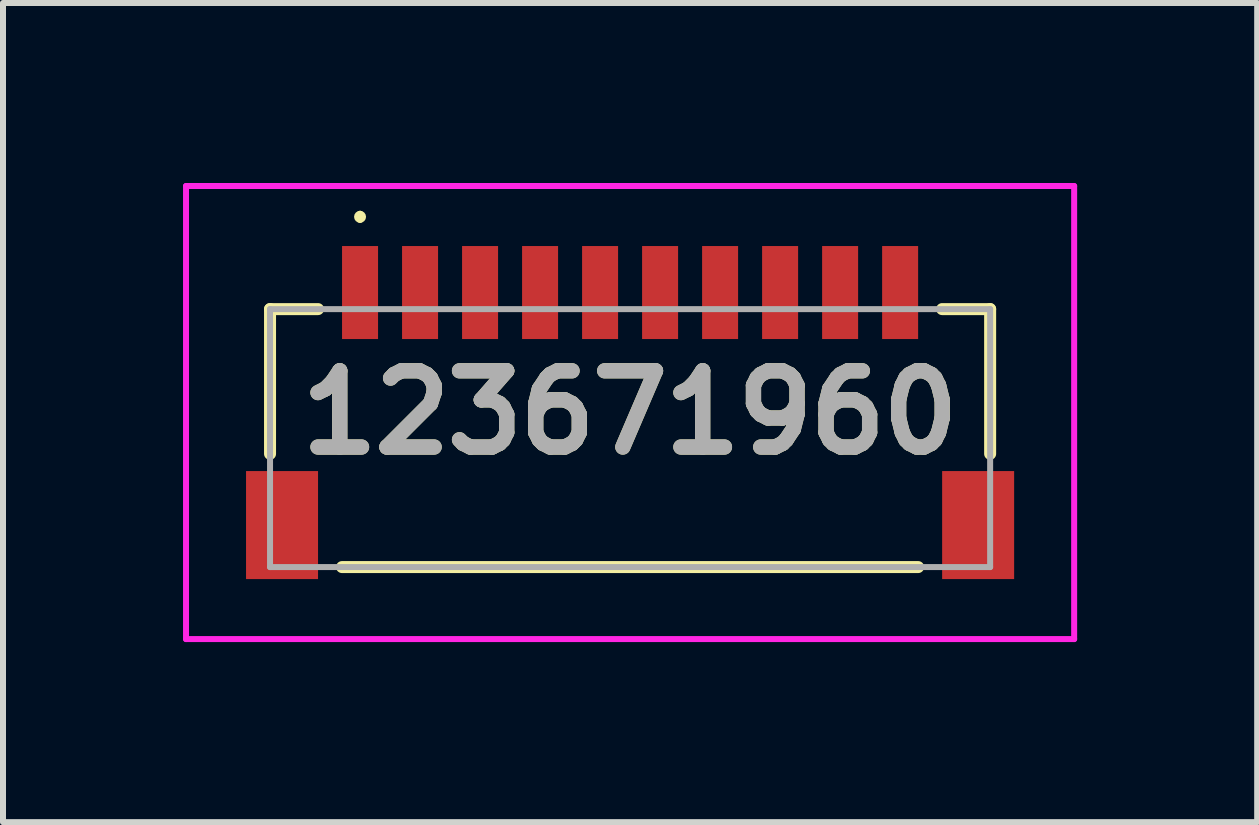
<source format=kicad_pcb>
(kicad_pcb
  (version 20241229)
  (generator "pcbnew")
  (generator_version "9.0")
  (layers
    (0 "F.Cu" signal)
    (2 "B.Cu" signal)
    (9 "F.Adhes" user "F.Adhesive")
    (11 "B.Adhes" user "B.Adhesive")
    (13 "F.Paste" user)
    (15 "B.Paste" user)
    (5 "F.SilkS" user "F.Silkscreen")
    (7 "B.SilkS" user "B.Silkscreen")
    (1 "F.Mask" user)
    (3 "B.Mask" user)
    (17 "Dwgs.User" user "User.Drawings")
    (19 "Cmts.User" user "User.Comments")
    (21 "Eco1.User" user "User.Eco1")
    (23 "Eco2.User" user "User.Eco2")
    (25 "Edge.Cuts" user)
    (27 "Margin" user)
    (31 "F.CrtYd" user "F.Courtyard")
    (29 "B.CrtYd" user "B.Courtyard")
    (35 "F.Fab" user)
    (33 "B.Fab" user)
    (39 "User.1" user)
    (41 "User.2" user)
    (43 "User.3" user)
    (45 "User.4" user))
  (footprint "123671960"
    (layer "F.Cu")
    (at 7.45 4.113)
    (property "Reference" "123671960" (at 0 -0.288 0) (layer "F.SilkS") (effects (font (size 1.27 1.27) (thickness 0.254))))
    (attr smd)
    (fp_line (start -6 -2.012) (end -6 0.4) (stroke (width 0.2) (type solid)) (layer "F.SilkS"))
    (fp_line (start -5.2 -2.012) (end -6 -2.012) (stroke (width 0.2) (type solid)) (layer "F.SilkS"))
    (fp_line (start -4.8 2.287) (end 4.8 2.287) (stroke (width 0.2) (type solid)) (layer "F.SilkS"))
    (fp_line (start -4.5 -3.6) (end -4.5 -3.6) (stroke (width 0.1) (type solid)) (layer "F.SilkS"))
    (fp_line (start -4.5 -3.5) (end -4.5 -3.5) (stroke (width 0.1) (type solid)) (layer "F.SilkS"))
    (fp_line (start 5.2 -2.012) (end 6 -2.012) (stroke (width 0.2) (type solid)) (layer "F.SilkS"))
    (fp_line (start 6 -2.012) (end 6 0.4) (stroke (width 0.2) (type solid)) (layer "F.SilkS"))
    (fp_arc (start -4.5 -3.6) (mid -4.45 -3.55) (end -4.5 -3.5) (stroke (width 0.1) (type solid)) (layer "F.SilkS"))
    (fp_arc (start -4.5 -3.5) (mid -4.55 -3.55) (end -4.5 -3.6) (stroke (width 0.1) (type solid)) (layer "F.SilkS"))
    (fp_line (start -7.4 -4.063) (end 7.4 -4.063) (stroke (width 0.1) (type solid)) (layer "F.CrtYd"))
    (fp_line (start -7.4 3.487) (end -7.4 -4.063) (stroke (width 0.1) (type solid)) (layer "F.CrtYd"))
    (fp_line (start 7.4 -4.063) (end 7.4 3.487) (stroke (width 0.1) (type solid)) (layer "F.CrtYd"))
    (fp_line (start 7.4 3.487) (end -7.4 3.487) (stroke (width 0.1) (type solid)) (layer "F.CrtYd"))
    (fp_line (start -6 -2.012) (end 6 -2.012) (stroke (width 0.1) (type solid)) (layer "F.Fab"))
    (fp_line (start -6 2.287) (end -6 -2.012) (stroke (width 0.1) (type solid)) (layer "F.Fab"))
    (fp_line (start 6 -2.012) (end 6 2.287) (stroke (width 0.1) (type solid)) (layer "F.Fab"))
    (fp_line (start 6 2.287) (end -6 2.287) (stroke (width 0.1) (type solid)) (layer "F.Fab"))
    (fp_text user "${REFERENCE}" (at 0 -0.288 0) (layer "F.Fab") (effects (font (size 1.27 1.27) (thickness 0.254))))
    (pad "1" smd rect (at -4.5 -2.288) (size 0.6 1.55) (layers "F.Cu" "F.Mask" "F.Paste"))
    (pad "2" smd rect (at -3.5 -2.288) (size 0.6 1.55) (layers "F.Cu" "F.Mask" "F.Paste"))
    (pad "3" smd rect (at -2.5 -2.288) (size 0.6 1.55) (layers "F.Cu" "F.Mask" "F.Paste"))
    (pad "4" smd rect (at -1.5 -2.288) (size 0.6 1.55) (layers "F.Cu" "F.Mask" "F.Paste"))
    (pad "5" smd rect (at -0.5 -2.288) (size 0.6 1.55) (layers "F.Cu" "F.Mask" "F.Paste"))
    (pad "6" smd rect (at 0.5 -2.288) (size 0.6 1.55) (layers "F.Cu" "F.Mask" "F.Paste"))
    (pad "7" smd rect (at 1.5 -2.288) (size 0.6 1.55) (layers "F.Cu" "F.Mask" "F.Paste"))
    (pad "8" smd rect (at 2.5 -2.288) (size 0.6 1.55) (layers "F.Cu" "F.Mask" "F.Paste"))
    (pad "9" smd rect (at 3.5 -2.288) (size 0.6 1.55) (layers "F.Cu" "F.Mask" "F.Paste"))
    (pad "10" smd rect (at 4.5 -2.288) (size 0.6 1.55) (layers "F.Cu" "F.Mask" "F.Paste"))
    (pad "MP1" smd rect (at -5.8 1.587) (size 1.2 1.8) (layers "F.Cu" "F.Mask" "F.Paste"))
    (pad "MP2" smd rect (at 5.8 1.587) (size 1.2 1.8) (layers "F.Cu" "F.Mask" "F.Paste")))
  (gr_rect
    (start -3 -3)
    (end 17.9 10.65)
    (stroke (width 0.1) (type default))
    (fill no)
    (layer "Edge.Cuts")))
</source>
